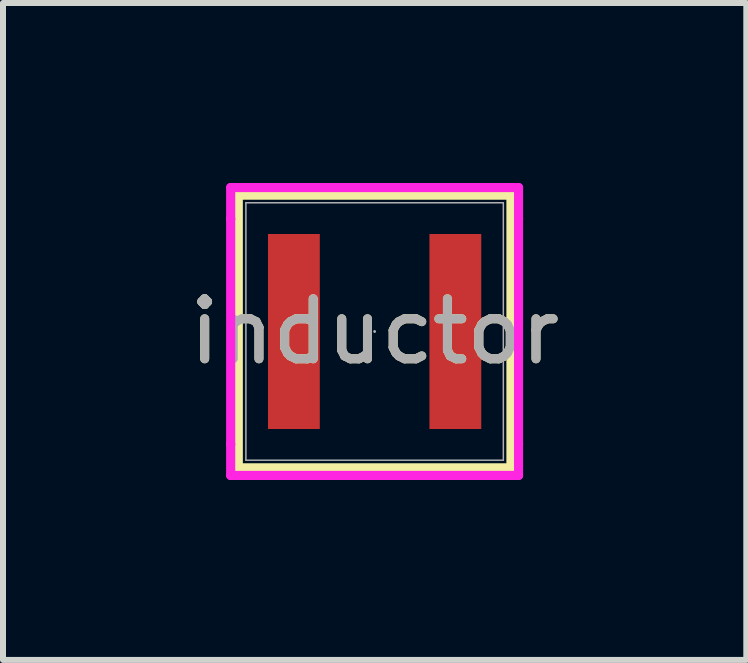
<source format=kicad_pcb>
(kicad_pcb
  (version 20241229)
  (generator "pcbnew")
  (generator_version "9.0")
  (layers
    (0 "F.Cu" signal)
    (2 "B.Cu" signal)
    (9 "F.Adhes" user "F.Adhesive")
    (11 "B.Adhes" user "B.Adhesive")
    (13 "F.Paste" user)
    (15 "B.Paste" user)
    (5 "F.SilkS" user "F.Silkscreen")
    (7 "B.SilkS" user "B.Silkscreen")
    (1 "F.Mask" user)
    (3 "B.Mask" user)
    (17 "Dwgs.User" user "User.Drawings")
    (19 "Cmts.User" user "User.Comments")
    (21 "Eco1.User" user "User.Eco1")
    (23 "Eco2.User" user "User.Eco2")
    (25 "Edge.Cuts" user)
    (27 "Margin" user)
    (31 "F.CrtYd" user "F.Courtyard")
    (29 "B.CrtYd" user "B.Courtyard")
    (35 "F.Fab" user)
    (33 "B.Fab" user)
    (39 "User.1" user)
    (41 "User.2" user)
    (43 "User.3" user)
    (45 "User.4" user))
  (footprint "inductor"
    (layer "F.Cu")
    (at 3.196 2.477)
    (property "Reference" "inductor" (at 0 0 0) (unlocked yes) (layer "F.SilkS") (effects (font (size 1 1) (thickness 0.15))))
    (attr smd)
    (fp_line (start -2.273 -2.273) (end -2.273 2.273) (stroke (width 0.152) (type solid)) (layer "F.SilkS"))
    (fp_line (start -2.273 2.273) (end 2.273 2.273) (stroke (width 0.152) (type solid)) (layer "F.SilkS"))
    (fp_line (start 2.273 -2.273) (end -2.273 -2.273) (stroke (width 0.152) (type solid)) (layer "F.SilkS"))
    (fp_line (start 2.273 2.273) (end 2.273 -2.273) (stroke (width 0.152) (type solid)) (layer "F.SilkS"))
    (fp_line (start -2.4 -2.4) (end 2.4 -2.4) (stroke (width 0.152) (type solid)) (layer "F.CrtYd"))
    (fp_line (start -2.4 -1.88) (end -2.4 -2.4) (stroke (width 0.152) (type solid)) (layer "F.CrtYd"))
    (fp_line (start -2.4 -1.88) (end -2.4 -1.88) (stroke (width 0.152) (type solid)) (layer "F.CrtYd"))
    (fp_line (start -2.4 1.88) (end -2.4 -1.88) (stroke (width 0.152) (type solid)) (layer "F.CrtYd"))
    (fp_line (start -2.4 1.88) (end -2.4 1.88) (stroke (width 0.152) (type solid)) (layer "F.CrtYd"))
    (fp_line (start -2.4 2.4) (end -2.4 1.88) (stroke (width 0.152) (type solid)) (layer "F.CrtYd"))
    (fp_line (start 2.4 -2.4) (end 2.4 -1.88) (stroke (width 0.152) (type solid)) (layer "F.CrtYd"))
    (fp_line (start 2.4 -1.88) (end 2.4 -1.88) (stroke (width 0.152) (type solid)) (layer "F.CrtYd"))
    (fp_line (start 2.4 -1.88) (end 2.4 1.88) (stroke (width 0.152) (type solid)) (layer "F.CrtYd"))
    (fp_line (start 2.4 1.88) (end 2.4 1.88) (stroke (width 0.152) (type solid)) (layer "F.CrtYd"))
    (fp_line (start 2.4 1.88) (end 2.4 2.4) (stroke (width 0.152) (type solid)) (layer "F.CrtYd"))
    (fp_line (start 2.4 2.4) (end -2.4 2.4) (stroke (width 0.152) (type solid)) (layer "F.CrtYd"))
    (fp_line (start -2.146 -2.146) (end -2.146 2.146) (stroke (width 0.025) (type solid)) (layer "F.Fab"))
    (fp_line (start -2.146 2.146) (end 2.146 2.146) (stroke (width 0.025) (type solid)) (layer "F.Fab"))
    (fp_line (start 2.146 -2.146) (end -2.146 -2.146) (stroke (width 0.025) (type solid)) (layer "F.Fab"))
    (fp_line (start 2.146 2.146) (end 2.146 -2.146) (stroke (width 0.025) (type solid)) (layer "F.Fab"))
    (fp_circle (center 0 0) (end 0 0) (stroke (width 0.025) (type solid)) (fill no) (layer "F.Fab"))
    (fp_text user "${REFERENCE}" (at 0 0 0) (unlocked yes) (layer "F.Fab") (effects (font (size 1 1) (thickness 0.15))))
    (pad "1" smd rect (at -1.346 0) (size 0.864 3.251) (layers "F.Cu" "F.Mask" "F.Paste"))
    (pad "2" smd rect (at 1.346 0) (size 0.864 3.251) (layers "F.Cu" "F.Mask" "F.Paste")))
  (gr_rect
    (start -3 -3)
    (end 9.393 7.953)
    (stroke (width 0.1) (type default))
    (fill no)
    (layer "Edge.Cuts")))
</source>
